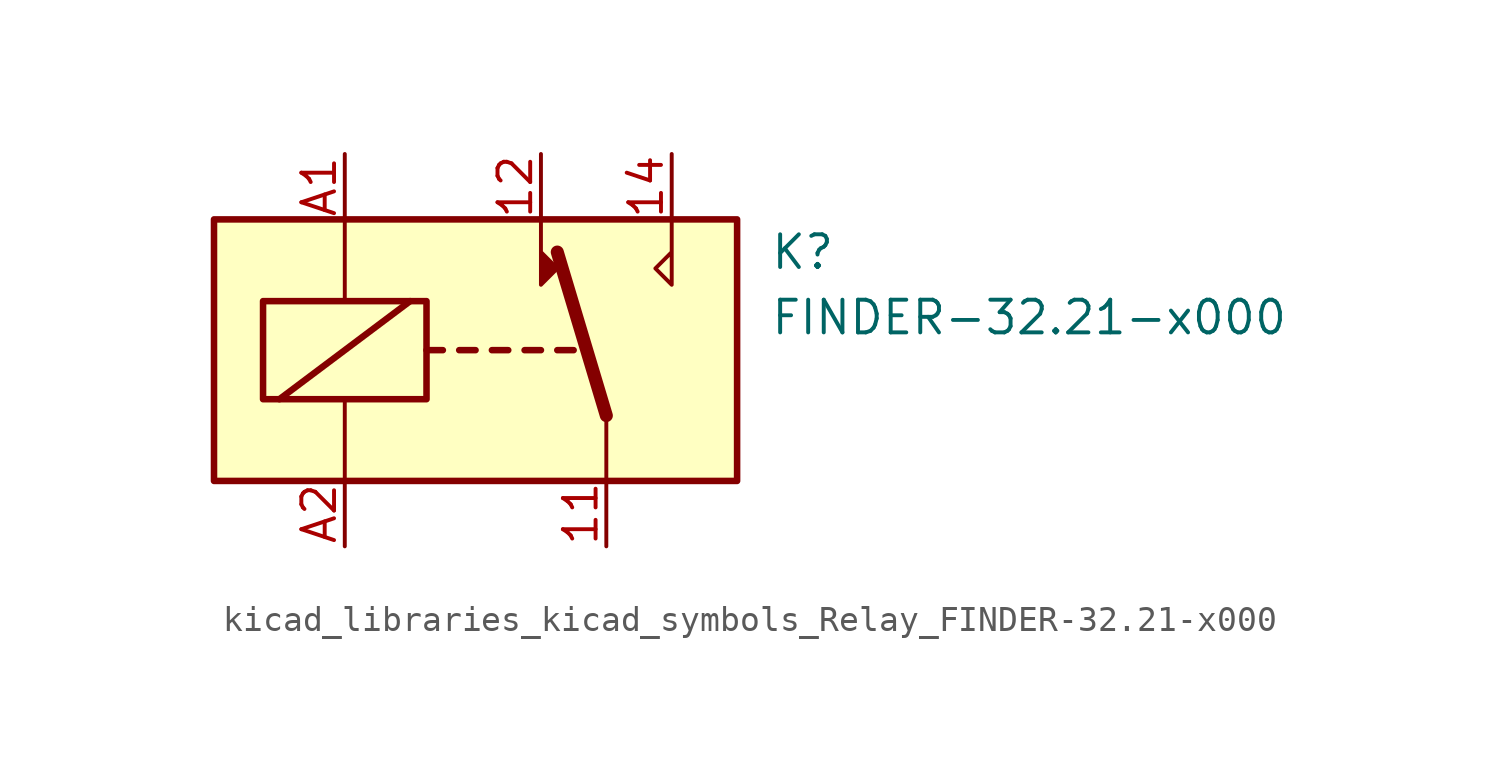
<source format=kicad_sym>
(kicad_symbol_lib
  (version 20220914)
  (generator kicad_symbol_editor)
  (symbol "kicad_libraries_kicad_symbols_Relay_FINDER-32.21-x000"
    (property "Reference" "K"
      (at 11.43 3.81 0)
      (effects (font (size 1.27 1.27)) (justify left)))
    (property "Value" "FINDER-32.21-x000"
      (at 11.43 1.27 0)
      (effects (font (size 1.27 1.27)) (justify left)))
    (symbol "kicad_libraries_kicad_symbols_Relay_FINDER-32.21-x000_0_0"
      (polyline (pts (xy 2.54 5.08) (xy 2.54 2.54) (xy 3.175 3.175) (xy 2.54 3.81)) (stroke (width 0) (type default)) (fill (type outline)))
      (polyline (pts (xy 7.62 5.08) (xy 7.62 2.54) (xy 6.985 3.175) (xy 7.62 3.81)) (stroke (width 0) (type default)) (fill (type none))))
    (symbol "kicad_libraries_kicad_symbols_Relay_FINDER-32.21-x000_0_1"
      (rectangle (start -10.16 5.08) (end 10.16 -5.08) (stroke (width 0.254) (type default)) (fill (type background)))
      (rectangle (start -8.255 1.905) (end -1.905 -1.905) (stroke (width 0.254) (type default)) (fill (type none)))
      (polyline (pts (xy -7.62 -1.905) (xy -2.54 1.905)) (stroke (width 0.254) (type default)) (fill (type none)))
      (polyline (pts (xy -5.08 -5.08) (xy -5.08 -1.905)) (stroke (width 0) (type default)) (fill (type none)))
      (polyline (pts (xy -5.08 5.08) (xy -5.08 1.905)) (stroke (width 0) (type default)) (fill (type none)))
      (polyline (pts (xy -1.905 0) (xy -1.27 0)) (stroke (width 0.254) (type default)) (fill (type none)))
      (polyline (pts (xy -0.635 0) (xy 0 0)) (stroke (width 0.254) (type default)) (fill (type none)))
      (polyline (pts (xy 0.635 0) (xy 1.27 0)) (stroke (width 0.254) (type default)) (fill (type none)))
      (polyline (pts (xy 1.905 0) (xy 2.54 0)) (stroke (width 0.254) (type default)) (fill (type none)))
      (polyline (pts (xy 3.175 0) (xy 3.81 0)) (stroke (width 0.254) (type default)) (fill (type none)))
      (polyline (pts (xy 5.08 -2.54) (xy 3.175 3.81)) (stroke (width 0.508) (type default)) (fill (type none)))
      (polyline (pts (xy 5.08 -2.54) (xy 5.08 -5.08)) (stroke (width 0) (type default)) (fill (type none))))
    (symbol "kicad_libraries_kicad_symbols_Relay_FINDER-32.21-x000_1_1"
      (pin passive line (at 5.08 -7.62 90) (length 2.54) (name "~" (effects (font (size 1.27 1.27)))) (number "11" (effects (font (size 1.27 1.27)))))
      (pin passive line (at 2.54 7.62 270) (length 2.54) (name "~" (effects (font (size 1.27 1.27)))) (number "12" (effects (font (size 1.27 1.27)))))
      (pin passive line (at 7.62 7.62 270) (length 2.54) (name "~" (effects (font (size 1.27 1.27)))) (number "14" (effects (font (size 1.27 1.27)))))
      (pin passive line (at -5.08 7.62 270) (length 2.54) (name "~" (effects (font (size 1.27 1.27)))) (number "A1" (effects (font (size 1.27 1.27)))))
      (pin passive line (at -5.08 -7.62 90) (length 2.54) (name "~" (effects (font (size 1.27 1.27)))) (number "A2" (effects (font (size 1.27 1.27))))))))
</source>
